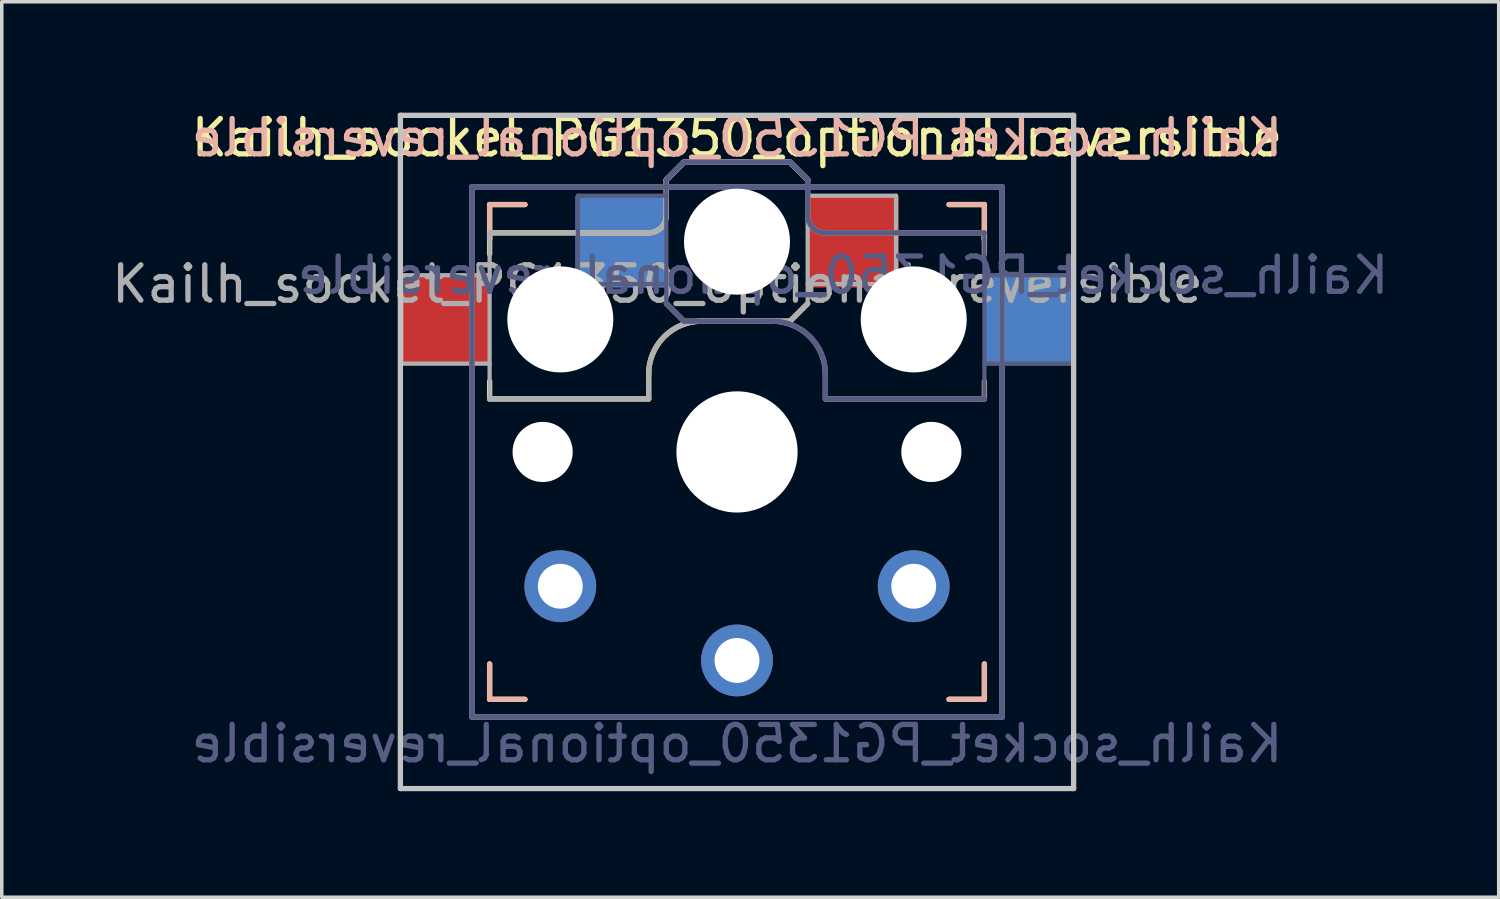
<source format=kicad_pcb>
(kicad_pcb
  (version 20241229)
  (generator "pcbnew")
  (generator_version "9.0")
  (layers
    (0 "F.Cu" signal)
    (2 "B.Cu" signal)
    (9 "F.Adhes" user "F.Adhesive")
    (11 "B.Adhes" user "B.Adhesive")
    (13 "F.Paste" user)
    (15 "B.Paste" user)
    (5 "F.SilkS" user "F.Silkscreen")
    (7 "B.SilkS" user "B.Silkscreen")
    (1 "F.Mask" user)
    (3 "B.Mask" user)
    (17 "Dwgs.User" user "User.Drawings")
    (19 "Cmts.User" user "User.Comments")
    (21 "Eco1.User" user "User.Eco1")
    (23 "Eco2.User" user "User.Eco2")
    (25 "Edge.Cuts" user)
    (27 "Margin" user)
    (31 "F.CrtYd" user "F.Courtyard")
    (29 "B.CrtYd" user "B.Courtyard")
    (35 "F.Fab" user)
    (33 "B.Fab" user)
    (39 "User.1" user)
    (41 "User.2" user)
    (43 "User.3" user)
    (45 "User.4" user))
  (footprint "Kailh_socket_PG1350_optional_reversible"
    (layer "F.Cu")
    (at 17.804 9.738)
    (property "Reference" "Kailh_socket_PG1350_optional_reversible" (at 0 -8.89 0) (layer "F.SilkS") (effects (font (size 1 1) (thickness 0.15))))
    (property "Value" "Kailh_socket_PG1350_optional_reversible" (at 0 8.255 0) (layer "F.Fab") (hide yes) (effects (font (size 1 1) (thickness 0.15))))
    (attr through_hole)
    (fp_line (start -7 -7) (end -6 -7) (stroke (width 0.15) (type solid)) (layer "F.SilkS"))
    (fp_line (start -7 -6.2) (end -2.5 -6.2) (stroke (width 0.15) (type solid)) (layer "F.SilkS"))
    (fp_line (start -7 -6) (end -7 -7) (stroke (width 0.15) (type solid)) (layer "F.SilkS"))
    (fp_line (start -7 -5.6) (end -7 -6.2) (stroke (width 0.15) (type solid)) (layer "F.SilkS"))
    (fp_line (start -7 -1.5) (end -7 -2) (stroke (width 0.15) (type solid)) (layer "F.SilkS"))
    (fp_line (start -7 7) (end -7 6) (stroke (width 0.15) (type solid)) (layer "F.SilkS"))
    (fp_line (start -6 7) (end -7 7) (stroke (width 0.15) (type solid)) (layer "F.SilkS"))
    (fp_line (start -2.5 -2.2) (end -2.5 -1.5) (stroke (width 0.15) (type solid)) (layer "F.SilkS"))
    (fp_line (start -2.5 -1.5) (end -7 -1.5) (stroke (width 0.15) (type solid)) (layer "F.SilkS"))
    (fp_line (start -2 -6.7) (end -2 -7.7) (stroke (width 0.15) (type solid)) (layer "F.SilkS"))
    (fp_line (start -1.5 -8.2) (end -2 -7.7) (stroke (width 0.15) (type solid)) (layer "F.SilkS"))
    (fp_line (start 1.5 -8.2) (end -1.5 -8.2) (stroke (width 0.15) (type solid)) (layer "F.SilkS"))
    (fp_line (start 1.5 -3.7) (end -1 -3.7) (stroke (width 0.15) (type solid)) (layer "F.SilkS"))
    (fp_line (start 2 -7.7) (end 1.5 -8.2) (stroke (width 0.15) (type solid)) (layer "F.SilkS"))
    (fp_line (start 2 -4.2) (end 1.5 -3.7) (stroke (width 0.15) (type solid)) (layer "F.SilkS"))
    (fp_line (start 6 -7) (end 7 -7) (stroke (width 0.15) (type solid)) (layer "F.SilkS"))
    (fp_line (start 7 -7) (end 7 -6) (stroke (width 0.15) (type solid)) (layer "F.SilkS"))
    (fp_line (start 7 6) (end 7 7) (stroke (width 0.15) (type solid)) (layer "F.SilkS"))
    (fp_line (start 7 7) (end 6 7) (stroke (width 0.15) (type solid)) (layer "F.SilkS"))
    (fp_arc (start -2.5 -2.2) (mid -2.06066 -3.26066) (end -1 -3.7) (stroke (width 0.15) (type solid)) (layer "F.SilkS"))
    (fp_arc (start -2 -6.7) (mid -2.146447 -6.346447) (end -2.5 -6.2) (stroke (width 0.15) (type solid)) (layer "F.SilkS"))
    (fp_line (start -7 -7) (end -6 -7) (stroke (width 0.15) (type solid)) (layer "B.SilkS"))
    (fp_line (start -7 -6) (end -7 -7) (stroke (width 0.15) (type solid)) (layer "B.SilkS"))
    (fp_line (start -7 7) (end -7 6) (stroke (width 0.15) (type solid)) (layer "B.SilkS"))
    (fp_line (start -6 7) (end -7 7) (stroke (width 0.15) (type solid)) (layer "B.SilkS"))
    (fp_line (start -2 -7.7) (end -1.5 -8.2) (stroke (width 0.15) (type solid)) (layer "B.SilkS"))
    (fp_line (start -2 -4.2) (end -1.5 -3.7) (stroke (width 0.15) (type solid)) (layer "B.SilkS"))
    (fp_line (start -1.5 -8.2) (end 1.5 -8.2) (stroke (width 0.15) (type solid)) (layer "B.SilkS"))
    (fp_line (start -1.5 -3.7) (end 1 -3.7) (stroke (width 0.15) (type solid)) (layer "B.SilkS"))
    (fp_line (start 1.5 -8.2) (end 2 -7.7) (stroke (width 0.15) (type solid)) (layer "B.SilkS"))
    (fp_line (start 2 -6.7) (end 2 -7.7) (stroke (width 0.15) (type solid)) (layer "B.SilkS"))
    (fp_line (start 2.5 -2.2) (end 2.5 -1.5) (stroke (width 0.15) (type solid)) (layer "B.SilkS"))
    (fp_line (start 2.5 -1.5) (end 7 -1.5) (stroke (width 0.15) (type solid)) (layer "B.SilkS"))
    (fp_line (start 6 -7) (end 7 -7) (stroke (width 0.15) (type solid)) (layer "B.SilkS"))
    (fp_line (start 7 -7) (end 7 -6) (stroke (width 0.15) (type solid)) (layer "B.SilkS"))
    (fp_line (start 7 -6.2) (end 2.5 -6.2) (stroke (width 0.15) (type solid)) (layer "B.SilkS"))
    (fp_line (start 7 -5.6) (end 7 -6.2) (stroke (width 0.15) (type solid)) (layer "B.SilkS"))
    (fp_line (start 7 -1.5) (end 7 -2) (stroke (width 0.15) (type solid)) (layer "B.SilkS"))
    (fp_line (start 7 6) (end 7 7) (stroke (width 0.15) (type solid)) (layer "B.SilkS"))
    (fp_line (start 7 7) (end 6 7) (stroke (width 0.15) (type solid)) (layer "B.SilkS"))
    (fp_arc (start 1 -3.7) (mid 2.06066 -3.26066) (end 2.5 -2.2) (stroke (width 0.15) (type solid)) (layer "B.SilkS"))
    (fp_arc (start 2.5 -6.2) (mid 2.146447 -6.346447) (end 2 -6.7) (stroke (width 0.15) (type solid)) (layer "B.SilkS"))
    (fp_line (start -9.525 -9.525) (end 9.525 -9.525) (stroke (width 0.15) (type solid)) (layer "Dwgs.User"))
    (fp_line (start -9.525 9.525) (end -9.525 -9.525) (stroke (width 0.15) (type solid)) (layer "Dwgs.User"))
    (fp_line (start 9.525 -9.525) (end 9.525 9.525) (stroke (width 0.15) (type solid)) (layer "Dwgs.User"))
    (fp_line (start 9.525 9.525) (end -9.525 9.525) (stroke (width 0.15) (type solid)) (layer "Dwgs.User"))
    (fp_line (start -6.9 6.9) (end -6.9 -6.9) (stroke (width 0.15) (type solid)) (layer "Eco2.User"))
    (fp_line (start -6.9 6.9) (end 6.9 6.9) (stroke (width 0.15) (type solid)) (layer "Eco2.User"))
    (fp_line (start -2.6 -3.1) (end -2.6 -6.3) (stroke (width 0.15) (type solid)) (layer "Eco2.User"))
    (fp_line (start -2.6 -3.1) (end 2.6 -3.1) (stroke (width 0.15) (type solid)) (layer "Eco2.User"))
    (fp_line (start 2.6 -6.3) (end -2.6 -6.3) (stroke (width 0.15) (type solid)) (layer "Eco2.User"))
    (fp_line (start 2.6 -3.1) (end 2.6 -6.3) (stroke (width 0.15) (type solid)) (layer "Eco2.User"))
    (fp_line (start 6.9 -6.9) (end -6.9 -6.9) (stroke (width 0.15) (type solid)) (layer "Eco2.User"))
    (fp_line (start 6.9 -6.9) (end 6.9 6.9) (stroke (width 0.15) (type solid)) (layer "Eco2.User"))
    (fp_line (start -7.5 -7.5) (end 7.5 -7.5) (stroke (width 0.15) (type solid)) (layer "B.Fab"))
    (fp_line (start -7.5 7.5) (end -7.5 -7.5) (stroke (width 0.15) (type solid)) (layer "B.Fab"))
    (fp_line (start -4.5 -7.25) (end -2 -7.25) (stroke (width 0.12) (type solid)) (layer "B.Fab"))
    (fp_line (start -4.5 -4.75) (end -4.5 -7.25) (stroke (width 0.12) (type solid)) (layer "B.Fab"))
    (fp_line (start -2 -7.7) (end -1.5 -8.2) (stroke (width 0.15) (type solid)) (layer "B.Fab"))
    (fp_line (start -2 -4.75) (end -4.5 -4.75) (stroke (width 0.12) (type solid)) (layer "B.Fab"))
    (fp_line (start -2 -4.25) (end -2 -7.7) (stroke (width 0.12) (type solid)) (layer "B.Fab"))
    (fp_line (start -2 -4.2) (end -1.5 -3.7) (stroke (width 0.15) (type solid)) (layer "B.Fab"))
    (fp_line (start -1.5 -8.2) (end 1.5 -8.2) (stroke (width 0.15) (type solid)) (layer "B.Fab"))
    (fp_line (start -1.5 -3.7) (end 1 -3.7) (stroke (width 0.15) (type solid)) (layer "B.Fab"))
    (fp_line (start 1.5 -8.2) (end 2 -7.7) (stroke (width 0.15) (type solid)) (layer "B.Fab"))
    (fp_line (start 2 -6.7) (end 2 -7.7) (stroke (width 0.15) (type solid)) (layer "B.Fab"))
    (fp_line (start 2.5 -2.2) (end 2.5 -1.5) (stroke (width 0.15) (type solid)) (layer "B.Fab"))
    (fp_line (start 2.5 -1.5) (end 7 -1.5) (stroke (width 0.15) (type solid)) (layer "B.Fab"))
    (fp_line (start 7 -6.2) (end 2.5 -6.2) (stroke (width 0.15) (type solid)) (layer "B.Fab"))
    (fp_line (start 7 -5) (end 9.5 -5) (stroke (width 0.12) (type solid)) (layer "B.Fab"))
    (fp_line (start 7 -1.5) (end 7 -6.2) (stroke (width 0.12) (type solid)) (layer "B.Fab"))
    (fp_line (start 7.5 -7.5) (end 7.5 7.5) (stroke (width 0.15) (type solid)) (layer "B.Fab"))
    (fp_line (start 7.5 7.5) (end -7.5 7.5) (stroke (width 0.15) (type solid)) (layer "B.Fab"))
    (fp_line (start 9.5 -5) (end 9.5 -2.5) (stroke (width 0.12) (type solid)) (layer "B.Fab"))
    (fp_line (start 9.5 -2.5) (end 7 -2.5) (stroke (width 0.12) (type solid)) (layer "B.Fab"))
    (fp_arc (start 1 -3.7) (mid 2.06066 -3.26066) (end 2.5 -2.2) (stroke (width 0.15) (type solid)) (layer "B.Fab"))
    (fp_arc (start 2.5 -6.2) (mid 2.146447 -6.346447) (end 2 -6.7) (stroke (width 0.15) (type solid)) (layer "B.Fab"))
    (fp_line (start -9.5 -5) (end -9.5 -2.5) (stroke (width 0.12) (type solid)) (layer "F.Fab"))
    (fp_line (start -9.5 -2.5) (end -7 -2.5) (stroke (width 0.12) (type solid)) (layer "F.Fab"))
    (fp_line (start -7.5 -7.5) (end 7.5 -7.5) (stroke (width 0.15) (type solid)) (layer "F.Fab"))
    (fp_line (start -7.5 7.5) (end -7.5 -7.5) (stroke (width 0.15) (type solid)) (layer "F.Fab"))
    (fp_line (start -7 -6.2) (end -2.5 -6.2) (stroke (width 0.15) (type solid)) (layer "F.Fab"))
    (fp_line (start -7 -5) (end -9.5 -5) (stroke (width 0.12) (type solid)) (layer "F.Fab"))
    (fp_line (start -7 -1.5) (end -7 -6.2) (stroke (width 0.12) (type solid)) (layer "F.Fab"))
    (fp_line (start -2.5 -2.2) (end -2.5 -1.5) (stroke (width 0.15) (type solid)) (layer "F.Fab"))
    (fp_line (start -2.5 -1.5) (end -7 -1.5) (stroke (width 0.15) (type solid)) (layer "F.Fab"))
    (fp_line (start -2 -6.7) (end -2 -7.7) (stroke (width 0.15) (type solid)) (layer "F.Fab"))
    (fp_line (start -1.5 -8.2) (end -2 -7.7) (stroke (width 0.15) (type solid)) (layer "F.Fab"))
    (fp_line (start 1.5 -8.2) (end -1.5 -8.2) (stroke (width 0.15) (type solid)) (layer "F.Fab"))
    (fp_line (start 1.5 -3.7) (end -1 -3.7) (stroke (width 0.15) (type solid)) (layer "F.Fab"))
    (fp_line (start 2 -7.7) (end 1.5 -8.2) (stroke (width 0.15) (type solid)) (layer "F.Fab"))
    (fp_line (start 2 -4.75) (end 4.5 -4.75) (stroke (width 0.12) (type solid)) (layer "F.Fab"))
    (fp_line (start 2 -4.25) (end 2 -7.7) (stroke (width 0.12) (type solid)) (layer "F.Fab"))
    (fp_line (start 2 -4.2) (end 1.5 -3.7) (stroke (width 0.15) (type solid)) (layer "F.Fab"))
    (fp_line (start 4.5 -7.25) (end 2 -7.25) (stroke (width 0.12) (type solid)) (layer "F.Fab"))
    (fp_line (start 4.5 -4.75) (end 4.5 -7.25) (stroke (width 0.12) (type solid)) (layer "F.Fab"))
    (fp_line (start 7.5 -7.5) (end 7.5 7.5) (stroke (width 0.15) (type solid)) (layer "F.Fab"))
    (fp_line (start 7.5 7.5) (end -7.5 7.5) (stroke (width 0.15) (type solid)) (layer "F.Fab"))
    (fp_arc (start -2.5 -2.2) (mid -2.06066 -3.26066) (end -1 -3.7) (stroke (width 0.15) (type solid)) (layer "F.Fab"))
    (fp_arc (start -2 -6.7) (mid -2.146447 -6.346447) (end -2.5 -6.2) (stroke (width 0.15) (type solid)) (layer "F.Fab"))
    (fp_text user "${REFERENCE}" (at 0 -8.89 0) (layer "B.SilkS") (effects (font (size 1 1) (thickness 0.15)) (justify mirror)))
    (fp_text user "${REFERENCE}" (at 3 -5 180) (layer "B.Fab") (effects (font (size 1 1) (thickness 0.15)) (justify mirror)))
    (fp_text user "${VALUE}" (at 0 8.255 0) (layer "B.Fab") (effects (font (size 1 1) (thickness 0.15)) (justify mirror)))
    (fp_text user "${REFERENCE}" (at -2.25 -4.75 0) (layer "F.Fab") (effects (font (size 1 1) (thickness 0.15))))
    (pad "" np_thru_hole circle (at -5.5 0) (size 1.702 1.702) (drill 1.702) (layers "*.Cu" "*.Mask"))
    (pad "" np_thru_hole circle (at -5 -3.75) (size 3 3) (drill 3) (layers "*.Cu" "*.Mask"))
    (pad "" np_thru_hole circle (at 0 -5.95) (size 3 3) (drill 3) (layers "*.Cu" "*.Mask"))
    (pad "" np_thru_hole circle (at 0 0) (size 3.429 3.429) (drill 3.429) (layers "*.Cu" "*.Mask"))
    (pad "" np_thru_hole circle (at 5 -3.75) (size 3 3) (drill 3) (layers "*.Cu" "*.Mask"))
    (pad "" np_thru_hole circle (at 5.5 0) (size 1.702 1.702) (drill 1.702) (layers "*.Cu" "*.Mask"))
    (pad "1" smd rect (at -3.275 -5.95) (size 2.6 2.6) (layers "B.Cu" "B.Mask" "B.Paste"))
    (pad "1" thru_hole circle (at 0 5.9) (size 2.032 2.032) (drill 1.27) (layers "*.Cu" "*.Mask"))
    (pad "1" smd rect (at 3.275 -5.95) (size 2.6 2.6) (layers "F.Cu" "F.Mask" "F.Paste"))
    (pad "2" smd rect (at -8.275 -3.75) (size 2.6 2.6) (layers "F.Cu" "F.Mask" "F.Paste"))
    (pad "2" thru_hole circle (at -5 3.8) (size 2.032 2.032) (drill 1.27) (layers "*.Cu" "*.Mask"))
    (pad "2" thru_hole circle (at 5 3.8) (size 2.032 2.032) (drill 1.27) (layers "*.Cu" "*.Mask"))
    (pad "2" smd rect (at 8.275 -3.75) (size 2.6 2.6) (layers "B.Cu" "B.Mask" "B.Paste")))
  (gr_rect
    (start -3 -3)
    (end 39.357 22.338)
    (stroke (width 0.1) (type default))
    (fill no)
    (layer "Edge.Cuts")))
</source>
